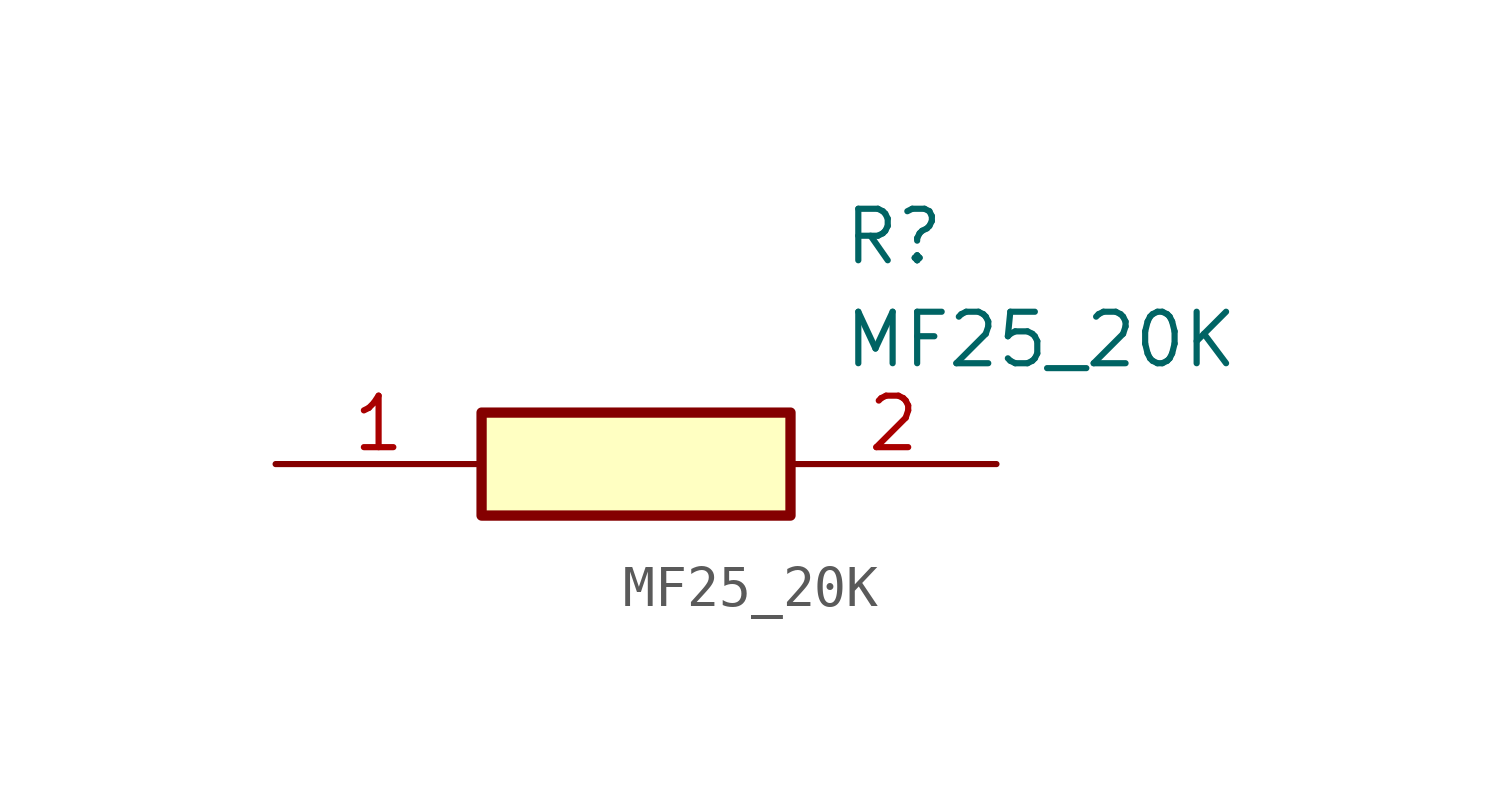
<source format=kicad_sym>
(kicad_symbol_lib
  (version 20211014)
  (generator SamacSys_ECAD_Model)
  (symbol "MF25_20K"
    (pin_names hide)
    (property "Reference" "R"
      (at 13.97 6.35 0)
      (effects (font (size 1.27 1.27)) (justify left top)))
    (property "Value" "MF25_20K"
      (at 13.97 3.81 0)
      (effects (font (size 1.27 1.27)) (justify left top)))
    (rectangle
      (start 5.08 1.27)
      (end 12.7 -1.27)
      (stroke (width 0.254) (type default))
      (fill (type background)))
    (pin passive line
      (at 0 0 0)
      (length 5.08)
      (name "1" (effects (font (size 1.27 1.27))))
      (number "1" (effects (font (size 1.27 1.27)))))
    (pin passive line
      (at 17.78 0 180)
      (length 5.08)
      (name "2" (effects (font (size 1.27 1.27))))
      (number "2" (effects (font (size 1.27 1.27)))))))
</source>
